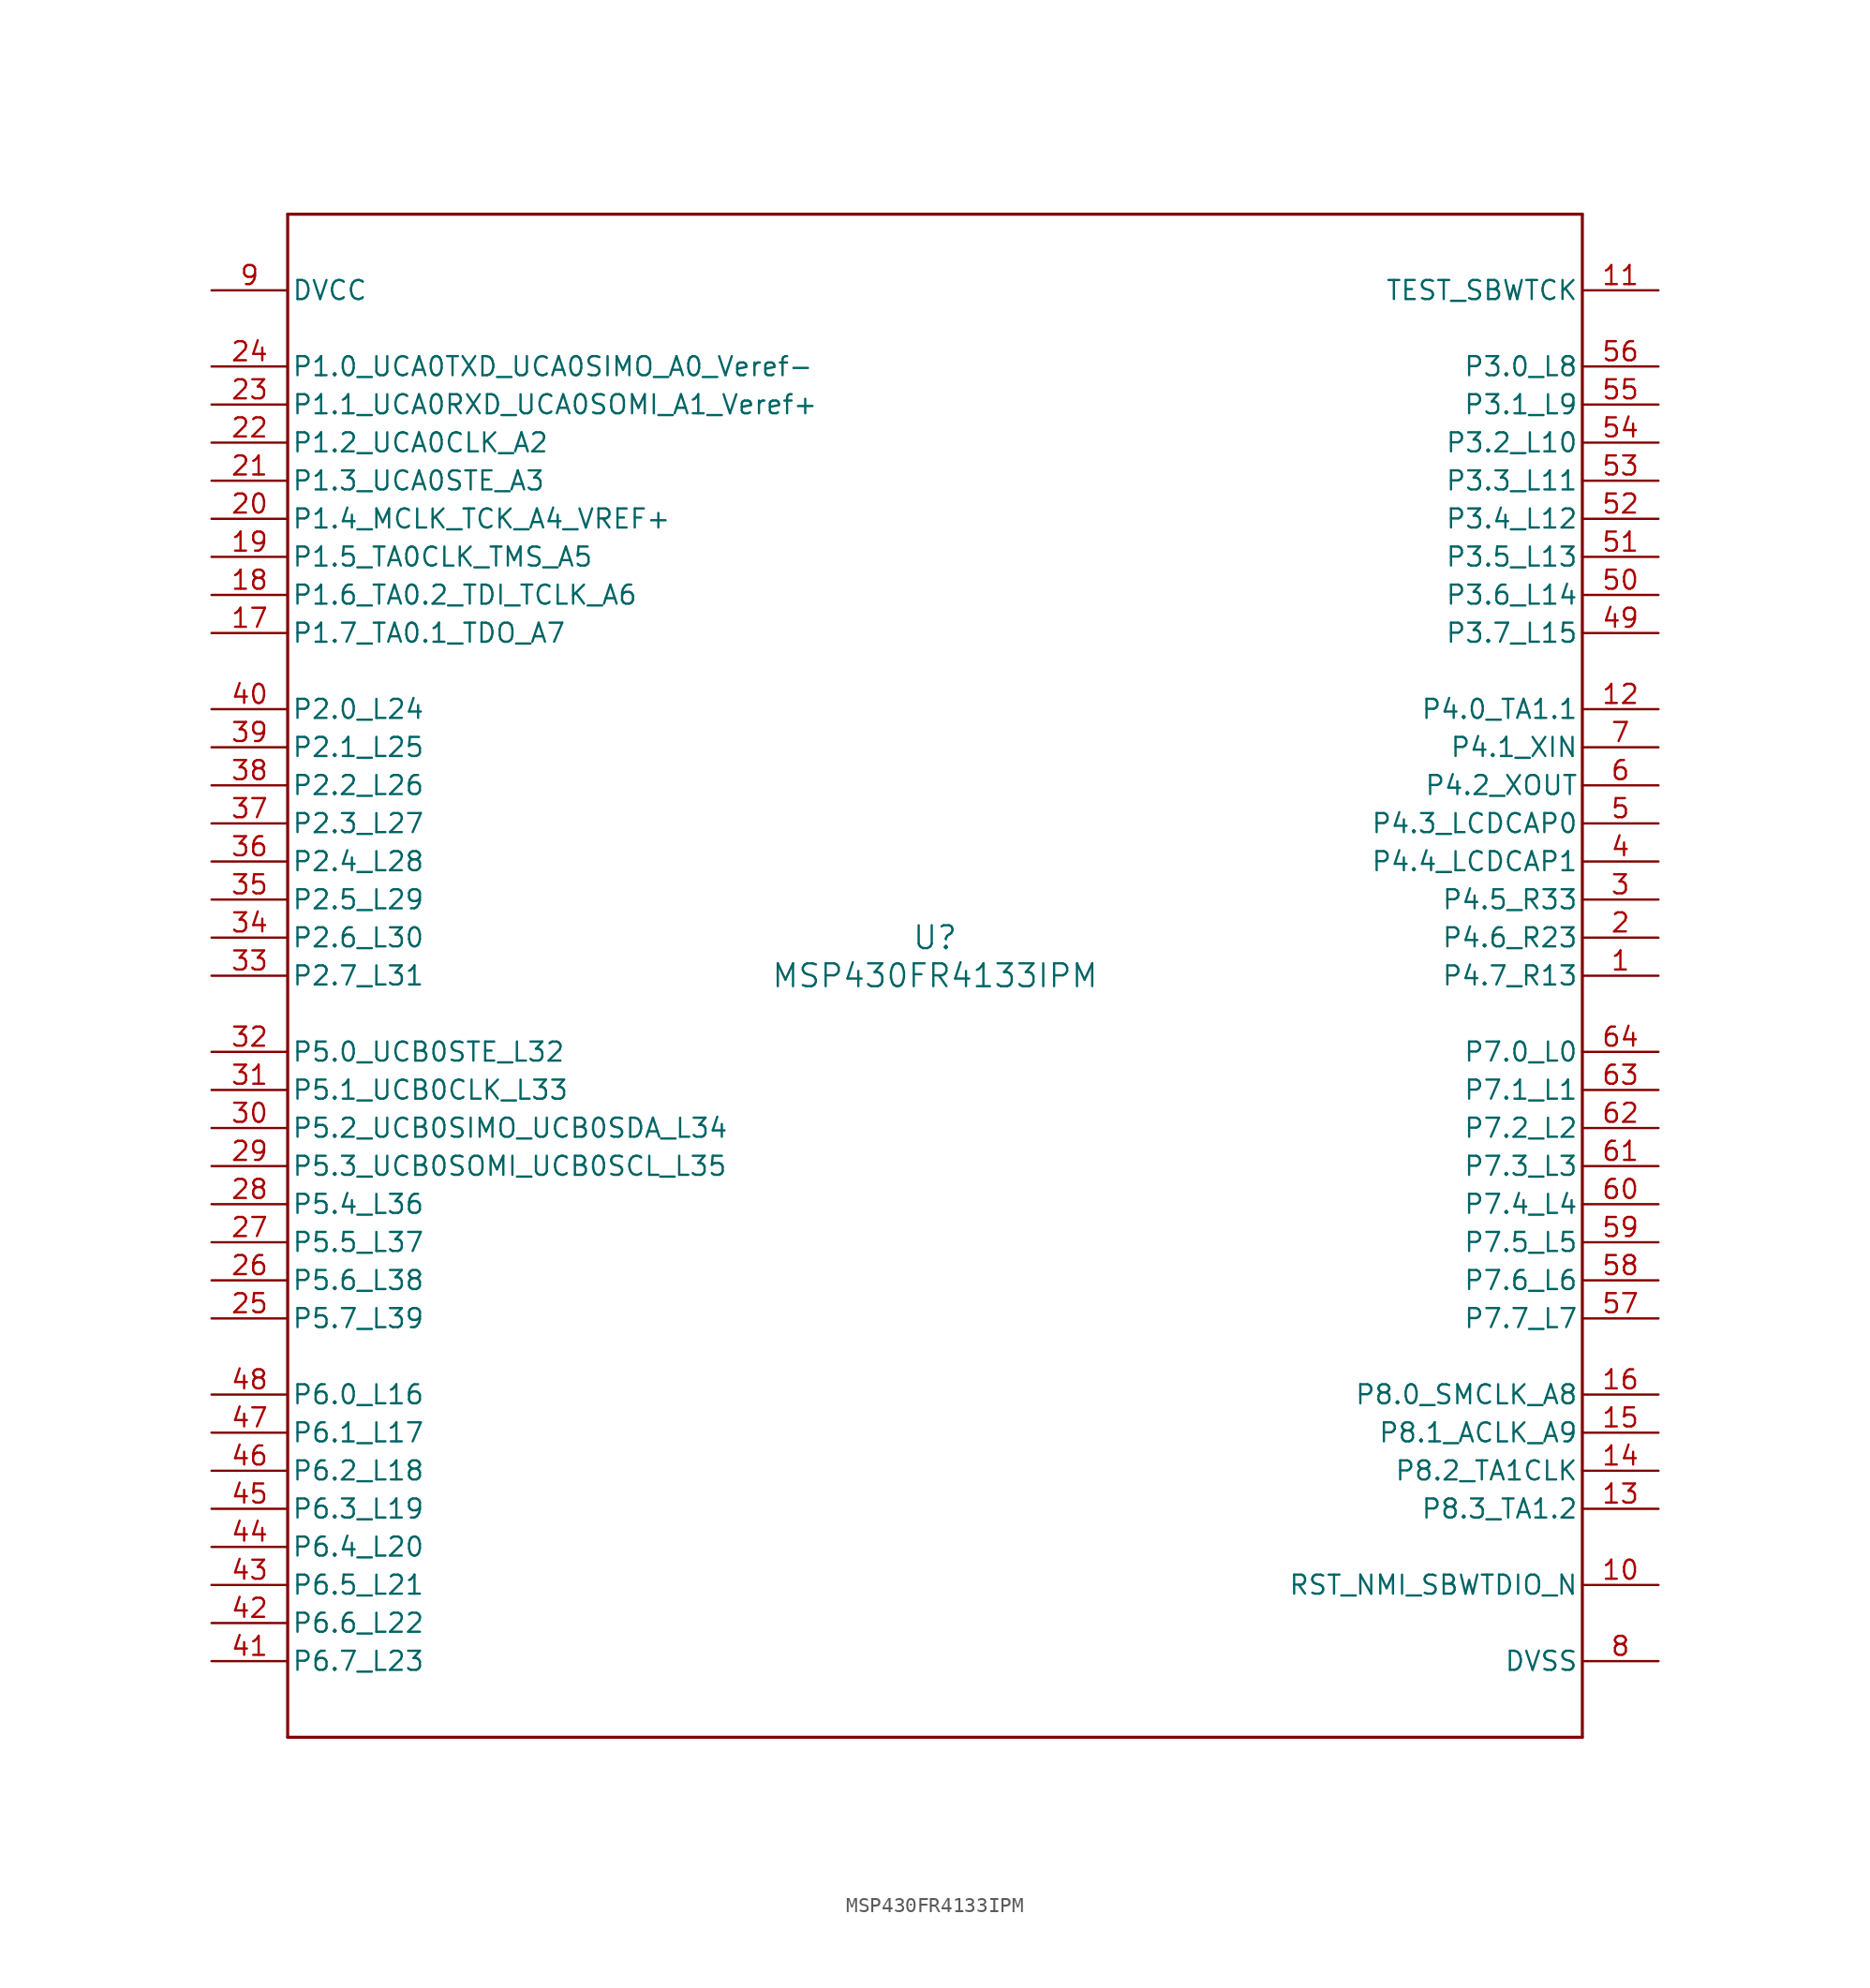
<source format=kicad_sym>
(kicad_symbol_lib
  (version 20211014)
  (generator kicad_symbol_editor)
  (symbol "MSP430FR4133IPM"
    (pin_names
      (offset 0.254))
    (property "Reference" "U"
      (at 0 2.54 0)
      (effects (font (size 1.524 1.524))))
    (property "Value" "MSP430FR4133IPM"
      (at 0 0 0)
      (effects (font (size 1.524 1.524))))
    (symbol "MSP430FR4133IPM_0_1"
      (polyline (pts (xy -43.18 -50.8) (xy 43.18 -50.8)) (stroke (width 0.203) (type default) (color 0 0 0 0)) (fill (type none)))
      (polyline (pts (xy 43.18 -50.8) (xy 43.18 50.8)) (stroke (width 0.203) (type default) (color 0 0 0 0)) (fill (type none)))
      (polyline (pts (xy 43.18 50.8) (xy -43.18 50.8)) (stroke (width 0.203) (type default) (color 0 0 0 0)) (fill (type none)))
      (polyline (pts (xy -43.18 50.8) (xy -43.18 -50.8)) (stroke (width 0.203) (type default) (color 0 0 0 0)) (fill (type none)))
      (pin bidirectional line (at 48.26 0 180) (length 5.08) (name "P4.7_R13" (effects (font (size 1.27 1.27)))) (number "1" (effects (font (size 1.27 1.27)))))
      (pin bidirectional line (at 48.26 2.54 180) (length 5.08) (name "P4.6_R23" (effects (font (size 1.27 1.27)))) (number "2" (effects (font (size 1.27 1.27)))))
      (pin bidirectional line (at 48.26 5.08 180) (length 5.08) (name "P4.5_R33" (effects (font (size 1.27 1.27)))) (number "3" (effects (font (size 1.27 1.27)))))
      (pin bidirectional line (at 48.26 7.62 180) (length 5.08) (name "P4.4_LCDCAP1" (effects (font (size 1.27 1.27)))) (number "4" (effects (font (size 1.27 1.27)))))
      (pin bidirectional line (at 48.26 10.16 180) (length 5.08) (name "P4.3_LCDCAP0" (effects (font (size 1.27 1.27)))) (number "5" (effects (font (size 1.27 1.27)))))
      (pin bidirectional line (at 48.26 12.7 180) (length 5.08) (name "P4.2_XOUT" (effects (font (size 1.27 1.27)))) (number "6" (effects (font (size 1.27 1.27)))))
      (pin bidirectional line (at 48.26 15.24 180) (length 5.08) (name "P4.1_XIN" (effects (font (size 1.27 1.27)))) (number "7" (effects (font (size 1.27 1.27)))))
      (pin power_in line (at 48.26 -45.72 180) (length 5.08) (name "DVSS" (effects (font (size 1.27 1.27)))) (number "8" (effects (font (size 1.27 1.27)))))
      (pin power_in line (at -48.26 45.72 0) (length 5.08) (name "DVCC" (effects (font (size 1.27 1.27)))) (number "9" (effects (font (size 1.27 1.27)))))
      (pin input line (at 48.26 -40.64 180) (length 5.08) (name "RST_NMI_SBWTDIO_N" (effects (font (size 1.27 1.27)))) (number "10" (effects (font (size 1.27 1.27)))))
      (pin input line (at 48.26 45.72 180) (length 5.08) (name "TEST_SBWTCK" (effects (font (size 1.27 1.27)))) (number "11" (effects (font (size 1.27 1.27)))))
      (pin bidirectional line (at 48.26 17.78 180) (length 5.08) (name "P4.0_TA1.1" (effects (font (size 1.27 1.27)))) (number "12" (effects (font (size 1.27 1.27)))))
      (pin bidirectional line (at 48.26 -35.56 180) (length 5.08) (name "P8.3_TA1.2" (effects (font (size 1.27 1.27)))) (number "13" (effects (font (size 1.27 1.27)))))
      (pin bidirectional line (at 48.26 -33.02 180) (length 5.08) (name "P8.2_TA1CLK" (effects (font (size 1.27 1.27)))) (number "14" (effects (font (size 1.27 1.27)))))
      (pin bidirectional line (at 48.26 -30.48 180) (length 5.08) (name "P8.1_ACLK_A9" (effects (font (size 1.27 1.27)))) (number "15" (effects (font (size 1.27 1.27)))))
      (pin bidirectional line (at 48.26 -27.94 180) (length 5.08) (name "P8.0_SMCLK_A8" (effects (font (size 1.27 1.27)))) (number "16" (effects (font (size 1.27 1.27)))))
      (pin bidirectional line (at -48.26 22.86 0) (length 5.08) (name "P1.7_TA0.1_TDO_A7" (effects (font (size 1.27 1.27)))) (number "17" (effects (font (size 1.27 1.27)))))
      (pin bidirectional line (at -48.26 25.4 0) (length 5.08) (name "P1.6_TA0.2_TDI_TCLK_A6" (effects (font (size 1.27 1.27)))) (number "18" (effects (font (size 1.27 1.27)))))
      (pin bidirectional line (at -48.26 27.94 0) (length 5.08) (name "P1.5_TA0CLK_TMS_A5" (effects (font (size 1.27 1.27)))) (number "19" (effects (font (size 1.27 1.27)))))
      (pin bidirectional line (at -48.26 30.48 0) (length 5.08) (name "P1.4_MCLK_TCK_A4_VREF+" (effects (font (size 1.27 1.27)))) (number "20" (effects (font (size 1.27 1.27)))))
      (pin bidirectional line (at -48.26 33.02 0) (length 5.08) (name "P1.3_UCA0STE_A3" (effects (font (size 1.27 1.27)))) (number "21" (effects (font (size 1.27 1.27)))))
      (pin bidirectional line (at -48.26 35.56 0) (length 5.08) (name "P1.2_UCA0CLK_A2" (effects (font (size 1.27 1.27)))) (number "22" (effects (font (size 1.27 1.27)))))
      (pin bidirectional line (at -48.26 38.1 0) (length 5.08) (name "P1.1_UCA0RXD_UCA0SOMI_A1_Veref+" (effects (font (size 1.27 1.27)))) (number "23" (effects (font (size 1.27 1.27)))))
      (pin bidirectional line (at -48.26 40.64 0) (length 5.08) (name "P1.0_UCA0TXD_UCA0SIMO_A0_Veref-" (effects (font (size 1.27 1.27)))) (number "24" (effects (font (size 1.27 1.27)))))
      (pin bidirectional line (at -48.26 -22.86 0) (length 5.08) (name "P5.7_L39" (effects (font (size 1.27 1.27)))) (number "25" (effects (font (size 1.27 1.27)))))
      (pin bidirectional line (at -48.26 -20.32 0) (length 5.08) (name "P5.6_L38" (effects (font (size 1.27 1.27)))) (number "26" (effects (font (size 1.27 1.27)))))
      (pin bidirectional line (at -48.26 -17.78 0) (length 5.08) (name "P5.5_L37" (effects (font (size 1.27 1.27)))) (number "27" (effects (font (size 1.27 1.27)))))
      (pin bidirectional line (at -48.26 -15.24 0) (length 5.08) (name "P5.4_L36" (effects (font (size 1.27 1.27)))) (number "28" (effects (font (size 1.27 1.27)))))
      (pin bidirectional line (at -48.26 -12.7 0) (length 5.08) (name "P5.3_UCB0SOMI_UCB0SCL_L35" (effects (font (size 1.27 1.27)))) (number "29" (effects (font (size 1.27 1.27)))))
      (pin bidirectional line (at -48.26 -10.16 0) (length 5.08) (name "P5.2_UCB0SIMO_UCB0SDA_L34" (effects (font (size 1.27 1.27)))) (number "30" (effects (font (size 1.27 1.27)))))
      (pin bidirectional line (at -48.26 -7.62 0) (length 5.08) (name "P5.1_UCB0CLK_L33" (effects (font (size 1.27 1.27)))) (number "31" (effects (font (size 1.27 1.27)))))
      (pin bidirectional line (at -48.26 -5.08 0) (length 5.08) (name "P5.0_UCB0STE_L32" (effects (font (size 1.27 1.27)))) (number "32" (effects (font (size 1.27 1.27)))))
      (pin bidirectional line (at -48.26 0 0) (length 5.08) (name "P2.7_L31" (effects (font (size 1.27 1.27)))) (number "33" (effects (font (size 1.27 1.27)))))
      (pin bidirectional line (at -48.26 2.54 0) (length 5.08) (name "P2.6_L30" (effects (font (size 1.27 1.27)))) (number "34" (effects (font (size 1.27 1.27)))))
      (pin bidirectional line (at -48.26 5.08 0) (length 5.08) (name "P2.5_L29" (effects (font (size 1.27 1.27)))) (number "35" (effects (font (size 1.27 1.27)))))
      (pin bidirectional line (at -48.26 7.62 0) (length 5.08) (name "P2.4_L28" (effects (font (size 1.27 1.27)))) (number "36" (effects (font (size 1.27 1.27)))))
      (pin bidirectional line (at -48.26 10.16 0) (length 5.08) (name "P2.3_L27" (effects (font (size 1.27 1.27)))) (number "37" (effects (font (size 1.27 1.27)))))
      (pin bidirectional line (at -48.26 12.7 0) (length 5.08) (name "P2.2_L26" (effects (font (size 1.27 1.27)))) (number "38" (effects (font (size 1.27 1.27)))))
      (pin bidirectional line (at -48.26 15.24 0) (length 5.08) (name "P2.1_L25" (effects (font (size 1.27 1.27)))) (number "39" (effects (font (size 1.27 1.27)))))
      (pin bidirectional line (at -48.26 17.78 0) (length 5.08) (name "P2.0_L24" (effects (font (size 1.27 1.27)))) (number "40" (effects (font (size 1.27 1.27)))))
      (pin bidirectional line (at -48.26 -45.72 0) (length 5.08) (name "P6.7_L23" (effects (font (size 1.27 1.27)))) (number "41" (effects (font (size 1.27 1.27)))))
      (pin bidirectional line (at -48.26 -43.18 0) (length 5.08) (name "P6.6_L22" (effects (font (size 1.27 1.27)))) (number "42" (effects (font (size 1.27 1.27)))))
      (pin bidirectional line (at -48.26 -40.64 0) (length 5.08) (name "P6.5_L21" (effects (font (size 1.27 1.27)))) (number "43" (effects (font (size 1.27 1.27)))))
      (pin bidirectional line (at -48.26 -38.1 0) (length 5.08) (name "P6.4_L20" (effects (font (size 1.27 1.27)))) (number "44" (effects (font (size 1.27 1.27)))))
      (pin bidirectional line (at -48.26 -35.56 0) (length 5.08) (name "P6.3_L19" (effects (font (size 1.27 1.27)))) (number "45" (effects (font (size 1.27 1.27)))))
      (pin bidirectional line (at -48.26 -33.02 0) (length 5.08) (name "P6.2_L18" (effects (font (size 1.27 1.27)))) (number "46" (effects (font (size 1.27 1.27)))))
      (pin bidirectional line (at -48.26 -30.48 0) (length 5.08) (name "P6.1_L17" (effects (font (size 1.27 1.27)))) (number "47" (effects (font (size 1.27 1.27)))))
      (pin bidirectional line (at -48.26 -27.94 0) (length 5.08) (name "P6.0_L16" (effects (font (size 1.27 1.27)))) (number "48" (effects (font (size 1.27 1.27)))))
      (pin bidirectional line (at 48.26 22.86 180) (length 5.08) (name "P3.7_L15" (effects (font (size 1.27 1.27)))) (number "49" (effects (font (size 1.27 1.27)))))
      (pin bidirectional line (at 48.26 25.4 180) (length 5.08) (name "P3.6_L14" (effects (font (size 1.27 1.27)))) (number "50" (effects (font (size 1.27 1.27)))))
      (pin bidirectional line (at 48.26 27.94 180) (length 5.08) (name "P3.5_L13" (effects (font (size 1.27 1.27)))) (number "51" (effects (font (size 1.27 1.27)))))
      (pin bidirectional line (at 48.26 30.48 180) (length 5.08) (name "P3.4_L12" (effects (font (size 1.27 1.27)))) (number "52" (effects (font (size 1.27 1.27)))))
      (pin bidirectional line (at 48.26 33.02 180) (length 5.08) (name "P3.3_L11" (effects (font (size 1.27 1.27)))) (number "53" (effects (font (size 1.27 1.27)))))
      (pin bidirectional line (at 48.26 35.56 180) (length 5.08) (name "P3.2_L10" (effects (font (size 1.27 1.27)))) (number "54" (effects (font (size 1.27 1.27)))))
      (pin bidirectional line (at 48.26 38.1 180) (length 5.08) (name "P3.1_L9" (effects (font (size 1.27 1.27)))) (number "55" (effects (font (size 1.27 1.27)))))
      (pin bidirectional line (at 48.26 40.64 180) (length 5.08) (name "P3.0_L8" (effects (font (size 1.27 1.27)))) (number "56" (effects (font (size 1.27 1.27)))))
      (pin bidirectional line (at 48.26 -22.86 180) (length 5.08) (name "P7.7_L7" (effects (font (size 1.27 1.27)))) (number "57" (effects (font (size 1.27 1.27)))))
      (pin bidirectional line (at 48.26 -20.32 180) (length 5.08) (name "P7.6_L6" (effects (font (size 1.27 1.27)))) (number "58" (effects (font (size 1.27 1.27)))))
      (pin bidirectional line (at 48.26 -17.78 180) (length 5.08) (name "P7.5_L5" (effects (font (size 1.27 1.27)))) (number "59" (effects (font (size 1.27 1.27)))))
      (pin bidirectional line (at 48.26 -15.24 180) (length 5.08) (name "P7.4_L4" (effects (font (size 1.27 1.27)))) (number "60" (effects (font (size 1.27 1.27)))))
      (pin bidirectional line (at 48.26 -12.7 180) (length 5.08) (name "P7.3_L3" (effects (font (size 1.27 1.27)))) (number "61" (effects (font (size 1.27 1.27)))))
      (pin bidirectional line (at 48.26 -10.16 180) (length 5.08) (name "P7.2_L2" (effects (font (size 1.27 1.27)))) (number "62" (effects (font (size 1.27 1.27)))))
      (pin bidirectional line (at 48.26 -7.62 180) (length 5.08) (name "P7.1_L1" (effects (font (size 1.27 1.27)))) (number "63" (effects (font (size 1.27 1.27)))))
      (pin bidirectional line (at 48.26 -5.08 180) (length 5.08) (name "P7.0_L0" (effects (font (size 1.27 1.27)))) (number "64" (effects (font (size 1.27 1.27))))))))
</source>
